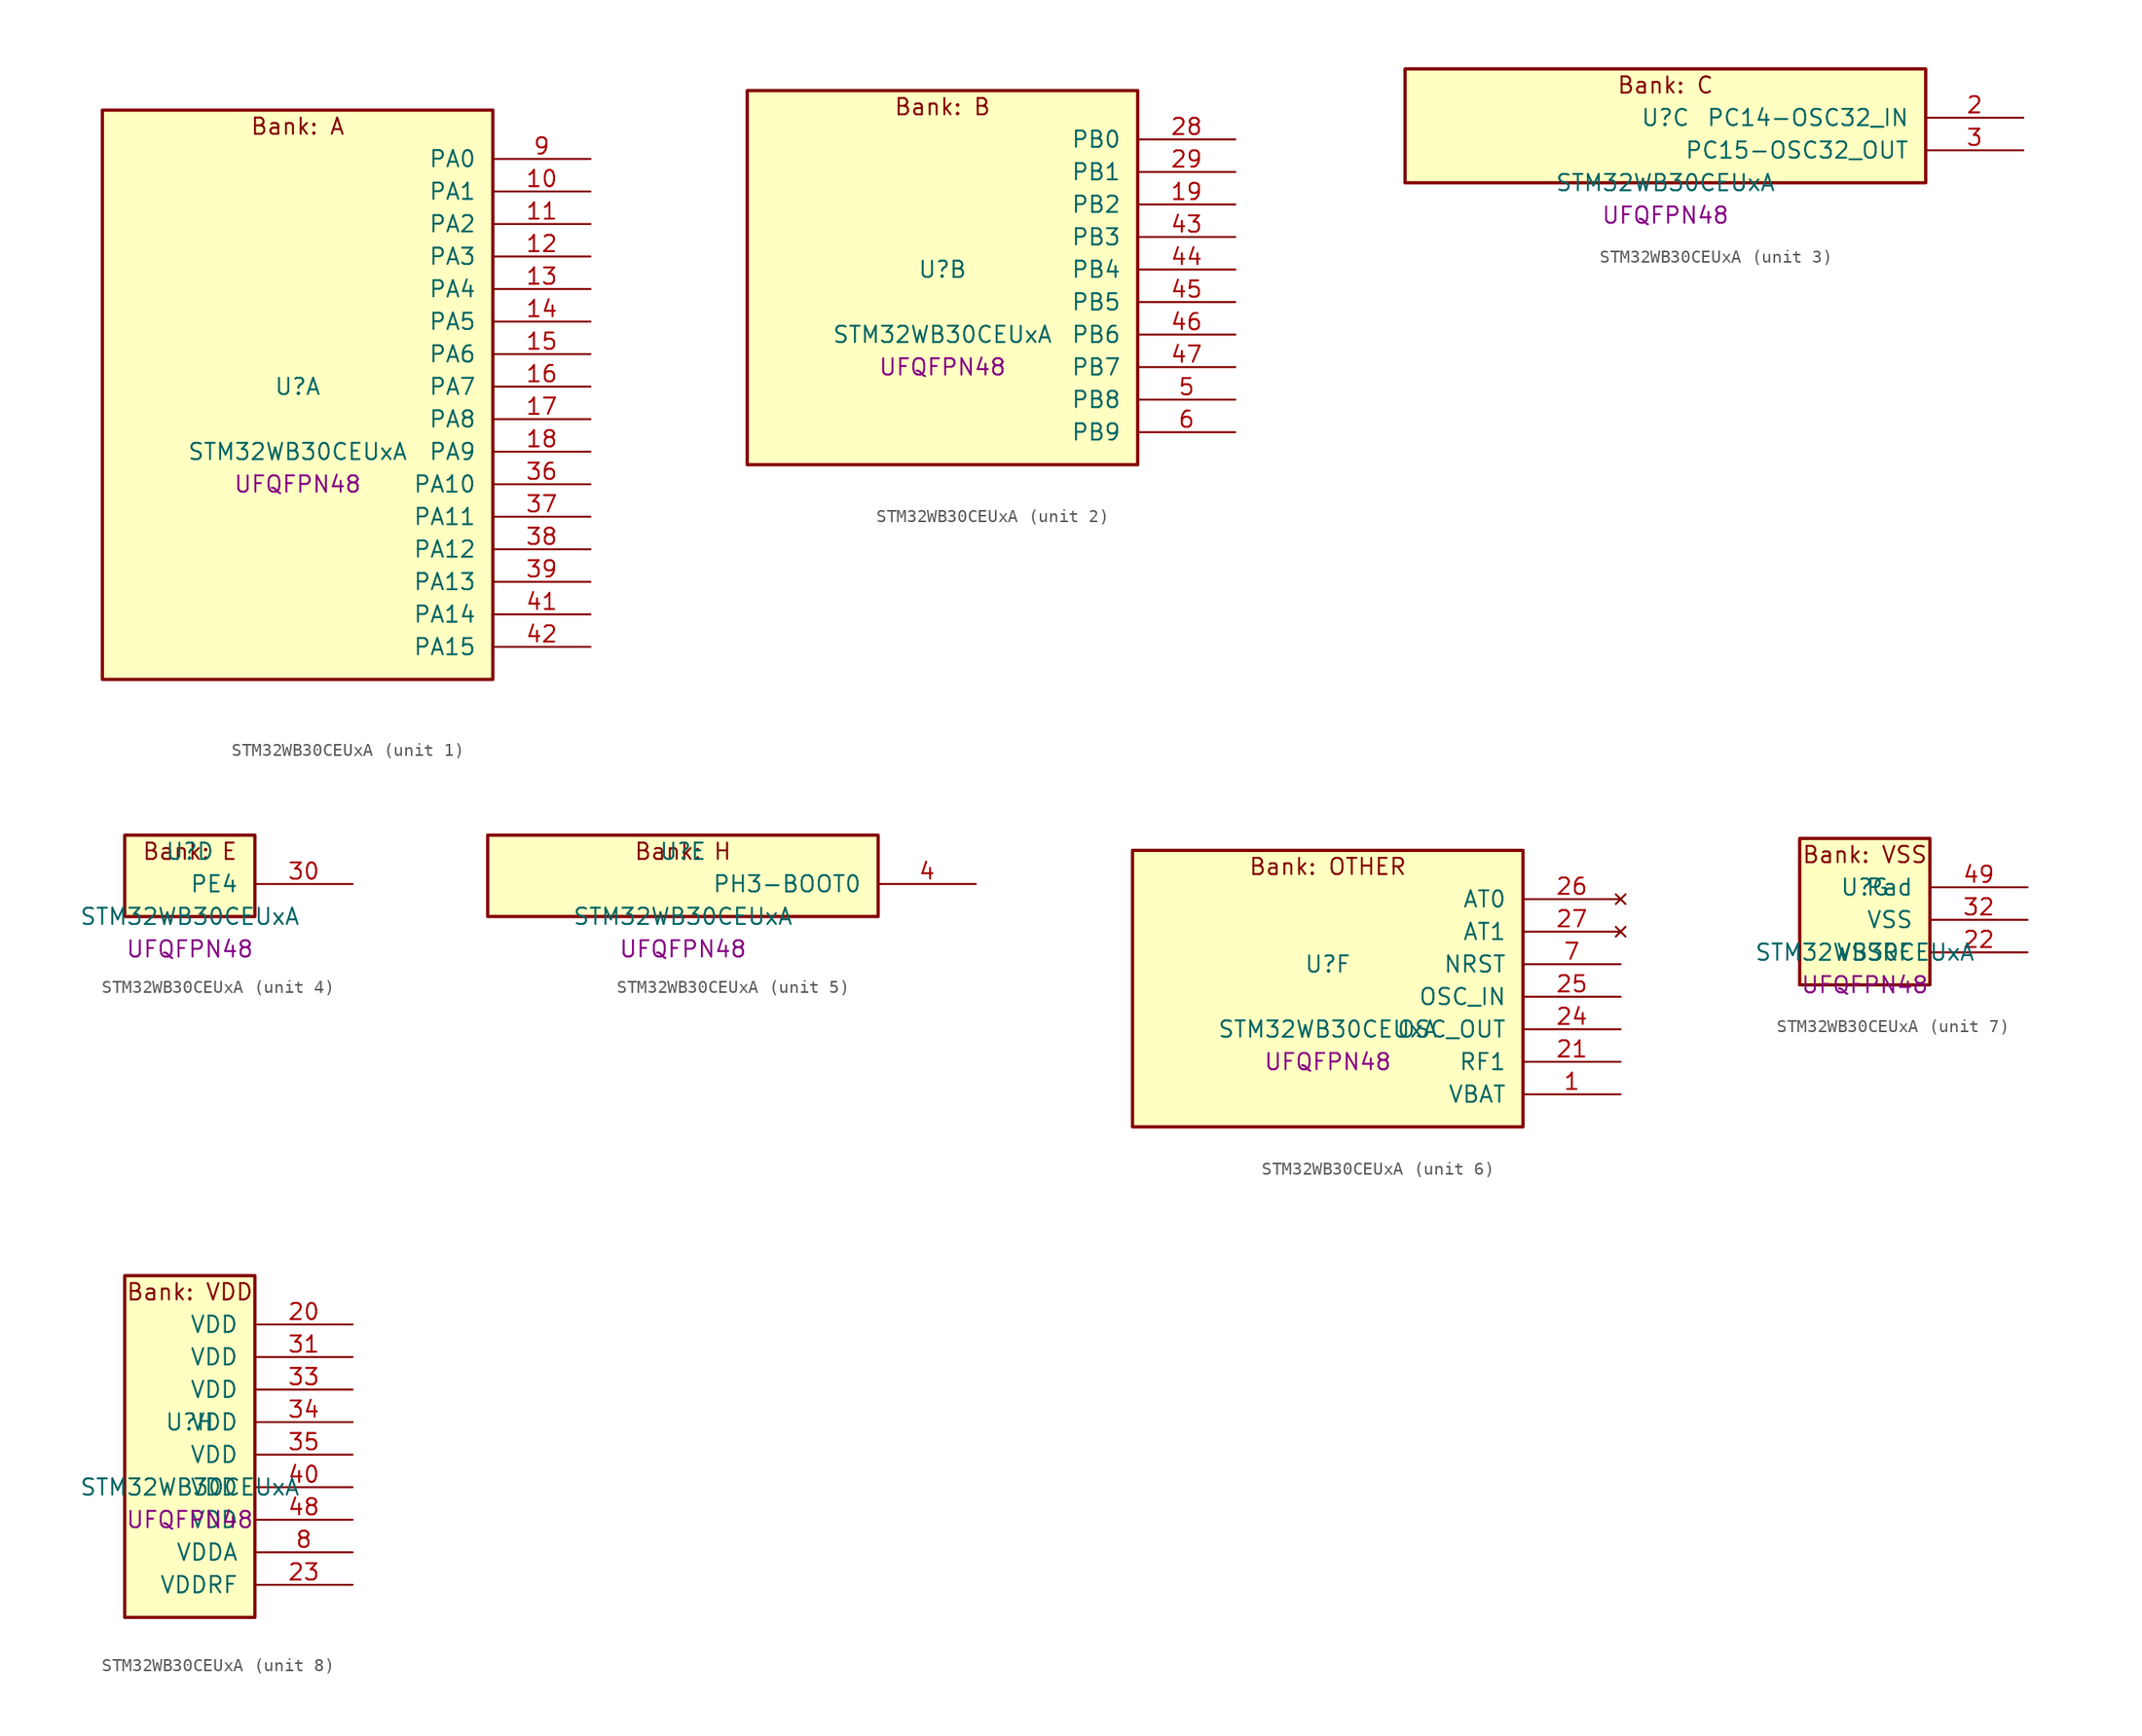
<source format=kicad_sym>
(kicad_symbol_lib
  (version 20241209)
  (generator "stm32_pkl_generator")
  (generator_version "1.0")
  (symbol "STM32WB30CEUxA"
    (pin_names
      (offset 1.27))
    (property "Reference" "U"
      (at 0 2.54 0))
    (property "Value" "STM32WB30CEUxA"
      (at 0 -2.54 0))
    (property "Footprint" "UFQFPN48"
      (at 0 -5.08 0))
    (symbol "STM32WB30CEUxA_1_1"
      (rectangle (start -15.24 24.13) (end 15.24 -20.32) (stroke (width 0.254) (type solid)) (fill (type background)))
      (text "Bank: A" (at 0 22.86 0))
      (pin bidirectional line (at 22.86 20.32 180) (length 7.62) (name "PA0") (number "9") (alternate "PA0/ADC1_IN5" bidirectional line) (alternate "PA0/RTC_TAMP2" bidirectional line) (alternate "PA0/SYS_WKUP1" bidirectional line) (alternate "PA0/TIM2_CH1" bidirectional line) (alternate "PA0/TIM2_ETR" bidirectional line))
      (pin bidirectional line (at 22.86 17.78 180) (length 7.62) (name "PA1") (number "10") (alternate "PA1/ADC1_IN6" bidirectional line) (alternate "PA1/I2C1_SMBA" bidirectional line) (alternate "PA1/SPI1_SCK" bidirectional line) (alternate "PA1/TIM2_CH2" bidirectional line))
      (pin bidirectional line (at 22.86 15.24 180) (length 7.62) (name "PA2") (number "11") (alternate "PA2/ADC1_IN7" bidirectional line) (alternate "PA2/RCC_LSCO" bidirectional line) (alternate "PA2/SYS_WKUP4" bidirectional line) (alternate "PA2/TIM2_CH3" bidirectional line))
      (pin bidirectional line (at 22.86 12.7 180) (length 7.62) (name "PA3") (number "12") (alternate "PA3/ADC1_IN8" bidirectional line) (alternate "PA3/TIM2_CH4" bidirectional line))
      (pin bidirectional line (at 22.86 10.16 180) (length 7.62) (name "PA4") (number "13") (alternate "PA4/ADC1_IN9" bidirectional line) (alternate "PA4/LPTIM2_OUT" bidirectional line) (alternate "PA4/SPI1_NSS" bidirectional line))
      (pin bidirectional line (at 22.86 7.62 180) (length 7.62) (name "PA5") (number "14") (alternate "PA5/ADC1_IN10" bidirectional line) (alternate "PA5/LPTIM2_ETR" bidirectional line) (alternate "PA5/SPI1_SCK" bidirectional line) (alternate "PA5/TIM2_CH1" bidirectional line) (alternate "PA5/TIM2_ETR" bidirectional line))
      (pin bidirectional line (at 22.86 5.08 180) (length 7.62) (name "PA6") (number "15") (alternate "PA6/ADC1_IN11" bidirectional line) (alternate "PA6/SPI1_MISO" bidirectional line) (alternate "PA6/TIM16_CH1" bidirectional line) (alternate "PA6/TIM1_BKIN" bidirectional line))
      (pin bidirectional line (at 22.86 2.54 180) (length 7.62) (name "PA7") (number "16") (alternate "PA7/ADC1_IN12" bidirectional line) (alternate "PA7/SPI1_MOSI" bidirectional line) (alternate "PA7/TIM17_CH1" bidirectional line) (alternate "PA7/TIM1_CH1N" bidirectional line))
      (pin bidirectional line (at 22.86 0 180) (length 7.62) (name "PA8") (number "17") (alternate "PA8/ADC1_IN15" bidirectional line) (alternate "PA8/LPTIM2_OUT" bidirectional line) (alternate "PA8/RCC_MCO" bidirectional line) (alternate "PA8/TIM1_CH1" bidirectional line) (alternate "PA8/USART1_CK" bidirectional line))
      (pin bidirectional line (at 22.86 -2.54 180) (length 7.62) (name "PA9") (number "18") (alternate "PA9/ADC1_IN16" bidirectional line) (alternate "PA9/I2C1_SCL" bidirectional line) (alternate "PA9/TIM1_CH2" bidirectional line) (alternate "PA9/USART1_TX" bidirectional line))
      (pin bidirectional line (at 22.86 -5.08 180) (length 7.62) (name "PA10") (number "36") (alternate "PA10/I2C1_SDA" bidirectional line) (alternate "PA10/TIM17_BKIN" bidirectional line) (alternate "PA10/TIM1_CH3" bidirectional line) (alternate "PA10/USART1_RX" bidirectional line))
      (pin bidirectional line (at 22.86 -7.62 180) (length 7.62) (name "PA11") (number "37") (alternate "PA11/ADC1_EXTI11" bidirectional line) (alternate "PA11/SPI1_MISO" bidirectional line) (alternate "PA11/TIM1_BKIN2" bidirectional line) (alternate "PA11/TIM1_CH4" bidirectional line) (alternate "PA11/USART1_CTS" bidirectional line) (alternate "PA11/USART1_NSS" bidirectional line))
      (pin bidirectional line (at 22.86 -10.16 180) (length 7.62) (name "PA12") (number "38") (alternate "PA12/SPI1_MOSI" bidirectional line) (alternate "PA12/TIM1_ETR" bidirectional line) (alternate "PA12/USART1_DE" bidirectional line) (alternate "PA12/USART1_RTS" bidirectional line))
      (pin bidirectional line (at 22.86 -12.7 180) (length 7.62) (name "PA13") (number "39") (alternate "PA13/IR_OUT" bidirectional line) (alternate "PA13/SYS_JTMS-SWDIO" bidirectional line))
      (pin bidirectional line (at 22.86 -15.24 180) (length 7.62) (name "PA14") (number "41") (alternate "PA14/I2C1_SMBA" bidirectional line) (alternate "PA14/LPTIM1_OUT" bidirectional line) (alternate "PA14/SYS_JTCK-SWCLK" bidirectional line))
      (pin bidirectional line (at 22.86 -17.78 180) (length 7.62) (name "PA15") (number "42") (alternate "PA15/ADC1_EXTI15" bidirectional line) (alternate "PA15/RCC_MCO" bidirectional line) (alternate "PA15/SPI1_NSS" bidirectional line) (alternate "PA15/SYS_JTDI" bidirectional line) (alternate "PA15/TIM2_CH1" bidirectional line) (alternate "PA15/TIM2_ETR" bidirectional line)))
    (symbol "STM32WB30CEUxA_2_1"
      (rectangle (start -15.24 16.51) (end 15.24 -12.7) (stroke (width 0.254) (type solid)) (fill (type background)))
      (text "Bank: B" (at 0 15.24 0))
      (pin bidirectional line (at 22.86 12.7 180) (length 7.62) (name "PB0") (number "28") (alternate "PB0/RF_TX_MOD_EXT_PA" bidirectional line))
      (pin bidirectional line (at 22.86 10.16 180) (length 7.62) (name "PB1") (number "29") (alternate "PB1/LPTIM2_IN1" bidirectional line))
      (pin bidirectional line (at 22.86 7.62 180) (length 7.62) (name "PB2") (number "19") (alternate "PB2/LPTIM1_OUT" bidirectional line) (alternate "PB2/RTC_OUT2" bidirectional line) (alternate "PB2/SPI1_NSS" bidirectional line))
      (pin bidirectional line (at 22.86 5.08 180) (length 7.62) (name "PB3") (number "43") (alternate "PB3/SPI1_SCK" bidirectional line) (alternate "PB3/SYS_JTDO-SWO" bidirectional line) (alternate "PB3/TIM2_CH2" bidirectional line) (alternate "PB3/USART1_DE" bidirectional line) (alternate "PB3/USART1_RTS" bidirectional line))
      (pin bidirectional line (at 22.86 2.54 180) (length 7.62) (name "PB4") (number "44") (alternate "PB4/SPI1_MISO" bidirectional line) (alternate "PB4/SYS_JTRST" bidirectional line) (alternate "PB4/TIM17_BKIN" bidirectional line) (alternate "PB4/USART1_CTS" bidirectional line) (alternate "PB4/USART1_NSS" bidirectional line))
      (pin bidirectional line (at 22.86 0 180) (length 7.62) (name "PB5") (number "45") (alternate "PB5/I2C1_SMBA" bidirectional line) (alternate "PB5/LPTIM1_IN1" bidirectional line) (alternate "PB5/SPI1_MOSI" bidirectional line) (alternate "PB5/TIM16_BKIN" bidirectional line) (alternate "PB5/USART1_CK" bidirectional line))
      (pin bidirectional line (at 22.86 -2.54 180) (length 7.62) (name "PB6") (number "46") (alternate "PB6/I2C1_SCL" bidirectional line) (alternate "PB6/LPTIM1_ETR" bidirectional line) (alternate "PB6/RCC_MCO" bidirectional line) (alternate "PB6/TIM16_CH1N" bidirectional line) (alternate "PB6/USART1_TX" bidirectional line))
      (pin bidirectional line (at 22.86 -5.08 180) (length 7.62) (name "PB7") (number "47") (alternate "PB7/I2C1_SDA" bidirectional line) (alternate "PB7/LPTIM1_IN2" bidirectional line) (alternate "PB7/SYS_PVD_IN" bidirectional line) (alternate "PB7/TIM17_CH1N" bidirectional line) (alternate "PB7/TIM1_BKIN" bidirectional line) (alternate "PB7/USART1_RX" bidirectional line))
      (pin bidirectional line (at 22.86 -7.62 180) (length 7.62) (name "PB8") (number "5") (alternate "PB8/I2C1_SCL" bidirectional line) (alternate "PB8/TIM16_CH1" bidirectional line) (alternate "PB8/TIM1_CH2N" bidirectional line))
      (pin bidirectional line (at 22.86 -10.16 180) (length 7.62) (name "PB9") (number "6") (alternate "PB9/I2C1_SDA" bidirectional line) (alternate "PB9/IR_OUT" bidirectional line) (alternate "PB9/TIM17_CH1" bidirectional line) (alternate "PB9/TIM1_CH3N" bidirectional line)))
    (symbol "STM32WB30CEUxA_3_1"
      (rectangle (start -20.32 6.35) (end 20.32 -2.54) (stroke (width 0.254) (type solid)) (fill (type background)))
      (text "Bank: C" (at 0 5.08 0))
      (pin bidirectional line (at 27.94 2.54 180) (length 7.62) (name "PC14-OSC32_IN") (number "2") (alternate "PC14-OSC32_IN/RCC_OSC32_IN" bidirectional line))
      (pin bidirectional line (at 27.94 0 180) (length 7.62) (name "PC15-OSC32_OUT") (number "3") (alternate "PC15-OSC32_OUT/ADC1_EXTI15" bidirectional line) (alternate "PC15-OSC32_OUT/RCC_OSC32_OUT" bidirectional line)))
    (symbol "STM32WB30CEUxA_4_1"
      (rectangle (start -5.08 3.81) (end 5.08 -2.54) (stroke (width 0.254) (type solid)) (fill (type background)))
      (text "Bank: E" (at 0 2.54 0))
      (pin bidirectional line (at 12.7 0 180) (length 7.62) (name "PE4") (number "30")))
    (symbol "STM32WB30CEUxA_5_1"
      (rectangle (start -15.24 3.81) (end 15.24 -2.54) (stroke (width 0.254) (type solid)) (fill (type background)))
      (text "Bank: H" (at 0 2.54 0))
      (pin bidirectional line (at 22.86 0 180) (length 7.62) (name "PH3-BOOT0") (number "4") (alternate "PH3-BOOT0/RCC_LSCO" bidirectional line)))
    (symbol "STM32WB30CEUxA_6_1"
      (rectangle (start -15.24 11.43) (end 15.24 -10.16) (stroke (width 0.254) (type solid)) (fill (type background)))
      (text "Bank: OTHER" (at 0 10.16 0))
      (pin no_connect line (at 22.86 7.62 180) (length 7.62) (name "AT0") (number "26"))
      (pin no_connect line (at 22.86 5.08 180) (length 7.62) (name "AT1") (number "27"))
      (pin input line (at 22.86 2.54 180) (length 7.62) (name "NRST") (number "7"))
      (pin bidirectional line (at 22.86 0 180) (length 7.62) (name "OSC_IN") (number "25") (alternate "OSC_IN/RCC_OSC_IN" bidirectional line))
      (pin bidirectional line (at 22.86 -2.54 180) (length 7.62) (name "OSC_OUT") (number "24") (alternate "OSC_OUT/RCC_OSC_OUT" bidirectional line))
      (pin bidirectional line (at 22.86 -5.08 180) (length 7.62) (name "RF1") (number "21") (alternate "RF1/RF_RF1" bidirectional line))
      (pin power_in line (at 22.86 -7.62 180) (length 7.62) (name "VBAT") (number "1")))
    (symbol "STM32WB30CEUxA_7_1"
      (rectangle (start -5.08 6.35) (end 5.08 -5.08) (stroke (width 0.254) (type solid)) (fill (type background)))
      (text "Bank: VSS" (at 0 5.08 0))
      (pin passive line (at 12.7 2.54 180) (length 7.62) (name "Pad") (number "49"))
      (pin power_in line (at 12.7 0 180) (length 7.62) (name "VSS") (number "32"))
      (pin power_in line (at 12.7 -2.54 180) (length 7.62) (name "VSSRF") (number "22")))
    (symbol "STM32WB30CEUxA_8_1"
      (rectangle (start -5.08 13.97) (end 5.08 -12.7) (stroke (width 0.254) (type solid)) (fill (type background)))
      (text "Bank: VDD" (at 0 12.7 0))
      (pin power_in line (at 12.7 10.16 180) (length 7.62) (name "VDD") (number "20"))
      (pin power_in line (at 12.7 7.62 180) (length 7.62) (name "VDD") (number "31"))
      (pin power_in line (at 12.7 5.08 180) (length 7.62) (name "VDD") (number "33"))
      (pin power_in line (at 12.7 2.54 180) (length 7.62) (name "VDD") (number "34"))
      (pin power_in line (at 12.7 0 180) (length 7.62) (name "VDD") (number "35"))
      (pin power_in line (at 12.7 -2.54 180) (length 7.62) (name "VDD") (number "40"))
      (pin power_in line (at 12.7 -5.08 180) (length 7.62) (name "VDD") (number "48"))
      (pin power_in line (at 12.7 -7.62 180) (length 7.62) (name "VDDA") (number "8"))
      (pin power_in line (at 12.7 -10.16 180) (length 7.62) (name "VDDRF") (number "23")))))
</source>
